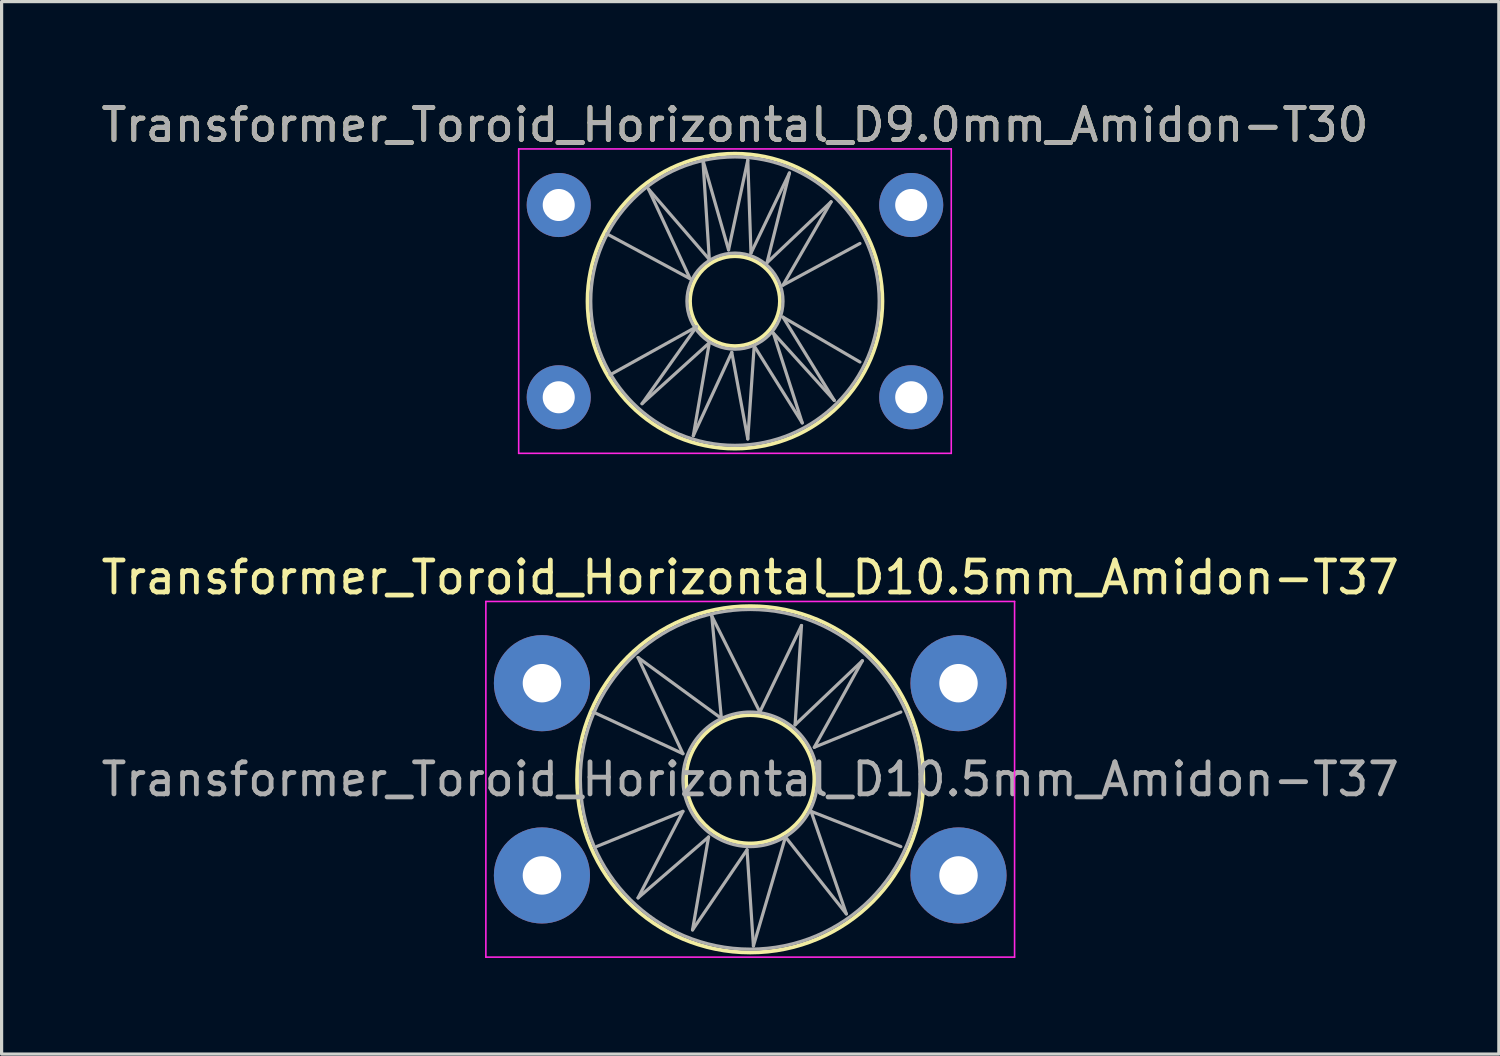
<source format=kicad_pcb>
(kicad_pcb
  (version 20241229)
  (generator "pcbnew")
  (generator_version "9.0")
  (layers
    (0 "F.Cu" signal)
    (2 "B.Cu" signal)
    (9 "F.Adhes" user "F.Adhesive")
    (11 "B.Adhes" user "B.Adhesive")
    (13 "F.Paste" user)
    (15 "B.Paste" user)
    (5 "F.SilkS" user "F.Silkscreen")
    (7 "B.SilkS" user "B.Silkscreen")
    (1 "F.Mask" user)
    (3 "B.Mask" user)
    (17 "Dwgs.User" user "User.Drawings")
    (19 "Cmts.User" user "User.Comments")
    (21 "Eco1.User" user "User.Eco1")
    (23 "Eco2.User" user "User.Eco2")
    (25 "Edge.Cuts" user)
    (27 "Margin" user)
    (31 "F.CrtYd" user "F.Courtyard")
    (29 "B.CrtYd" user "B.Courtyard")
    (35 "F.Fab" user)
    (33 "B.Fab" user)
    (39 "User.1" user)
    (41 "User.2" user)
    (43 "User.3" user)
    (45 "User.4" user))
  (footprint "Transformer_Toroid_Horizontal_D9.0mm_Amidon-T30"
    (layer "F.Cu")
    (at 14.387 9.348)
    (property "Reference" "Transformer_Toroid_Horizontal_D9.0mm_Amidon-T30" (at 5.5 -8.5 0) (layer "F.SilkS") (effects (font (size 1 1) (thickness 0.15))))
    (attr through_hole)
    (fp_circle (center 5.5 -3) (end 6.9 -3.1) (stroke (width 0.12) (type solid)) (fill no) (layer "F.SilkS"))
    (fp_circle (center 5.5 -3) (end 10.1 -3.1) (stroke (width 0.12) (type solid)) (fill no) (layer "F.SilkS"))
    (fp_line (start -1.25 -7.75) (end -1.25 1.75) (stroke (width 0.05) (type solid)) (layer "F.CrtYd"))
    (fp_line (start -1.25 -7.75) (end 12.25 -7.75) (stroke (width 0.05) (type solid)) (layer "F.CrtYd"))
    (fp_line (start 12.25 1.75) (end -1.25 1.75) (stroke (width 0.05) (type solid)) (layer "F.CrtYd"))
    (fp_line (start 12.25 1.75) (end 12.25 -7.75) (stroke (width 0.05) (type solid)) (layer "F.CrtYd"))
    (fp_line (start 1.5 -5.1) (end 4.1 -3.7) (stroke (width 0.1) (type solid)) (layer "F.Fab"))
    (fp_line (start 1.6 -0.7) (end 4.3 -2.2) (stroke (width 0.1) (type solid)) (layer "F.Fab"))
    (fp_line (start 2.6 0.2) (end 4.7 -1.7) (stroke (width 0.1) (type solid)) (layer "F.Fab"))
    (fp_line (start 2.8 -6.5) (end 4.7 -4.3) (stroke (width 0.1) (type solid)) (layer "F.Fab"))
    (fp_line (start 4.1 -3.7) (end 2.8 -6.5) (stroke (width 0.1) (type solid)) (layer "F.Fab"))
    (fp_line (start 4.2 1.2) (end 5.4 -1.4) (stroke (width 0.1) (type solid)) (layer "F.Fab"))
    (fp_line (start 4.3 -2.2) (end 2.6 0.2) (stroke (width 0.1) (type solid)) (layer "F.Fab"))
    (fp_line (start 4.5 -7.4) (end 5.3 -4.6) (stroke (width 0.1) (type solid)) (layer "F.Fab"))
    (fp_line (start 4.7 -4.3) (end 4.5 -7.4) (stroke (width 0.1) (type solid)) (layer "F.Fab"))
    (fp_line (start 4.7 -1.7) (end 4.2 1.2) (stroke (width 0.1) (type solid)) (layer "F.Fab"))
    (fp_line (start 5.3 -4.6) (end 5.9 -7.4) (stroke (width 0.1) (type solid)) (layer "F.Fab"))
    (fp_line (start 5.4 -1.4) (end 5.9 1.3) (stroke (width 0.1) (type solid)) (layer "F.Fab"))
    (fp_line (start 5.9 -7.4) (end 6 -4.5) (stroke (width 0.1) (type solid)) (layer "F.Fab"))
    (fp_line (start 5.9 1.3) (end 6.1 -1.6) (stroke (width 0.1) (type solid)) (layer "F.Fab"))
    (fp_line (start 6 -4.5) (end 7.2 -7) (stroke (width 0.1) (type solid)) (layer "F.Fab"))
    (fp_line (start 6.1 -1.6) (end 7.6 0.8) (stroke (width 0.1) (type solid)) (layer "F.Fab"))
    (fp_line (start 6.5 -4.2) (end 8.5 -6.1) (stroke (width 0.1) (type solid)) (layer "F.Fab"))
    (fp_line (start 6.7 -2) (end 8.6 0.1) (stroke (width 0.1) (type solid)) (layer "F.Fab"))
    (fp_line (start 7 -3.5) (end 9.4 -4.8) (stroke (width 0.1) (type solid)) (layer "F.Fab"))
    (fp_line (start 7 -2.5) (end 9.4 -1.1) (stroke (width 0.1) (type solid)) (layer "F.Fab"))
    (fp_line (start 7.2 -7) (end 6.5 -4.2) (stroke (width 0.1) (type solid)) (layer "F.Fab"))
    (fp_line (start 7.6 0.8) (end 6.7 -2) (stroke (width 0.1) (type solid)) (layer "F.Fab"))
    (fp_line (start 8.5 -6.1) (end 7 -3.5) (stroke (width 0.1) (type solid)) (layer "F.Fab"))
    (fp_line (start 8.6 0.1) (end 7 -2.5) (stroke (width 0.1) (type solid)) (layer "F.Fab"))
    (fp_circle (center 5.5 -3) (end 7 -3) (stroke (width 0.1) (type solid)) (fill no) (layer "F.Fab"))
    (fp_circle (center 5.5 -3) (end 10 -3) (stroke (width 0.1) (type solid)) (fill no) (layer "F.Fab"))
    (fp_text user "${REFERENCE}" (at 5.5 -8.5 0) (layer "F.Fab") (effects (font (size 1 1) (thickness 0.15))))
    (pad "1" thru_hole circle (at 0 0) (size 2 2) (drill 1) (layers "*.Cu" "*.Mask"))
    (pad "2" thru_hole circle (at 11 0) (size 2 2) (drill 1) (layers "*.Cu" "*.Mask"))
    (pad "3" thru_hole circle (at 0 -6) (size 2 2) (drill 1) (layers "*.Cu" "*.Mask"))
    (pad "4" thru_hole circle (at 11 -6) (size 2 2) (drill 1) (layers "*.Cu" "*.Mask")))
  (footprint "Transformer_Toroid_Horizontal_D10.5mm_Amidon-T37"
    (layer "F.Cu")
    (at 13.863 24.271)
    (property "Reference" "Transformer_Toroid_Horizontal_D10.5mm_Amidon-T37" (at 6.5 -9.3 0) (layer "F.SilkS") (effects (font (size 1 1) (thickness 0.15))))
    (attr through_hole)
    (fp_circle (center 6.5 -3) (end 8.5 -2.9) (stroke (width 0.12) (type solid)) (fill no) (layer "F.SilkS"))
    (fp_circle (center 6.5 -3) (end 11.9 -2.8) (stroke (width 0.12) (type solid)) (fill no) (layer "F.SilkS"))
    (fp_line (start -1.75 -8.55) (end -1.75 2.55) (stroke (width 0.05) (type solid)) (layer "F.CrtYd"))
    (fp_line (start -1.75 -8.55) (end 14.75 -8.55) (stroke (width 0.05) (type solid)) (layer "F.CrtYd"))
    (fp_line (start 14.75 2.55) (end -1.75 2.55) (stroke (width 0.05) (type solid)) (layer "F.CrtYd"))
    (fp_line (start 14.75 2.55) (end 14.75 -8.55) (stroke (width 0.05) (type solid)) (layer "F.CrtYd"))
    (fp_line (start 1.6 -5.1) (end 4.4 -3.8) (stroke (width 0.1) (type solid)) (layer "F.Fab"))
    (fp_line (start 1.7 -0.9) (end 4.4 -2) (stroke (width 0.1) (type solid)) (layer "F.Fab"))
    (fp_line (start 3 -6.8) (end 5.6 -4.9) (stroke (width 0.1) (type solid)) (layer "F.Fab"))
    (fp_line (start 3 0.7) (end 5.2 -1.2) (stroke (width 0.1) (type solid)) (layer "F.Fab"))
    (fp_line (start 4.4 -3.8) (end 3 -6.8) (stroke (width 0.1) (type solid)) (layer "F.Fab"))
    (fp_line (start 4.4 -2) (end 3 0.7) (stroke (width 0.1) (type solid)) (layer "F.Fab"))
    (fp_line (start 4.7 1.7) (end 6.4 -0.8) (stroke (width 0.1) (type solid)) (layer "F.Fab"))
    (fp_line (start 5.2 -1.2) (end 4.7 1.7) (stroke (width 0.1) (type solid)) (layer "F.Fab"))
    (fp_line (start 5.3 -8.1) (end 6.8 -5.1) (stroke (width 0.1) (type solid)) (layer "F.Fab"))
    (fp_line (start 5.6 -4.9) (end 5.3 -8.1) (stroke (width 0.1) (type solid)) (layer "F.Fab"))
    (fp_line (start 6.4 -0.8) (end 6.6 2.2) (stroke (width 0.1) (type solid)) (layer "F.Fab"))
    (fp_line (start 6.6 2.2) (end 7.6 -1.2) (stroke (width 0.1) (type solid)) (layer "F.Fab"))
    (fp_line (start 6.8 -5.1) (end 8.1 -7.8) (stroke (width 0.1) (type solid)) (layer "F.Fab"))
    (fp_line (start 7.6 -1.2) (end 9.5 1.2) (stroke (width 0.1) (type solid)) (layer "F.Fab"))
    (fp_line (start 7.9 -4.7) (end 10 -6.7) (stroke (width 0.1) (type solid)) (layer "F.Fab"))
    (fp_line (start 8.1 -7.8) (end 7.9 -4.7) (stroke (width 0.1) (type solid)) (layer "F.Fab"))
    (fp_line (start 8.4 -2) (end 11.2 -0.9) (stroke (width 0.1) (type solid)) (layer "F.Fab"))
    (fp_line (start 8.5 -4) (end 11.2 -5.1) (stroke (width 0.1) (type solid)) (layer "F.Fab"))
    (fp_line (start 9.5 1.2) (end 8.4 -2) (stroke (width 0.1) (type solid)) (layer "F.Fab"))
    (fp_line (start 10 -6.7) (end 8.5 -4) (stroke (width 0.1) (type solid)) (layer "F.Fab"))
    (fp_circle (center 6.5 -3) (end 8.6 -3) (stroke (width 0.1) (type solid)) (fill no) (layer "F.Fab"))
    (fp_circle (center 6.5 -3) (end 11.8 -3) (stroke (width 0.1) (type solid)) (fill no) (layer "F.Fab"))
    (fp_text user "${REFERENCE}" (at 6.5 -3 0) (layer "F.Fab") (effects (font (size 1 1) (thickness 0.15))))
    (pad "1" thru_hole circle (at 0 0) (size 3 3) (drill 1.2) (layers "*.Cu" "*.Mask"))
    (pad "2" thru_hole circle (at 13 0) (size 3 3) (drill 1.2) (layers "*.Cu" "*.Mask"))
    (pad "3" thru_hole circle (at 0 -6) (size 3 3) (drill 1.2) (layers "*.Cu" "*.Mask"))
    (pad "4" thru_hole circle (at 13 -6) (size 3 3) (drill 1.2) (layers "*.Cu" "*.Mask")))
  (gr_rect
    (start -3 -3)
    (end 43.726 29.846)
    (stroke (width 0.1) (type default))
    (fill no)
    (layer "Edge.Cuts")))
</source>
